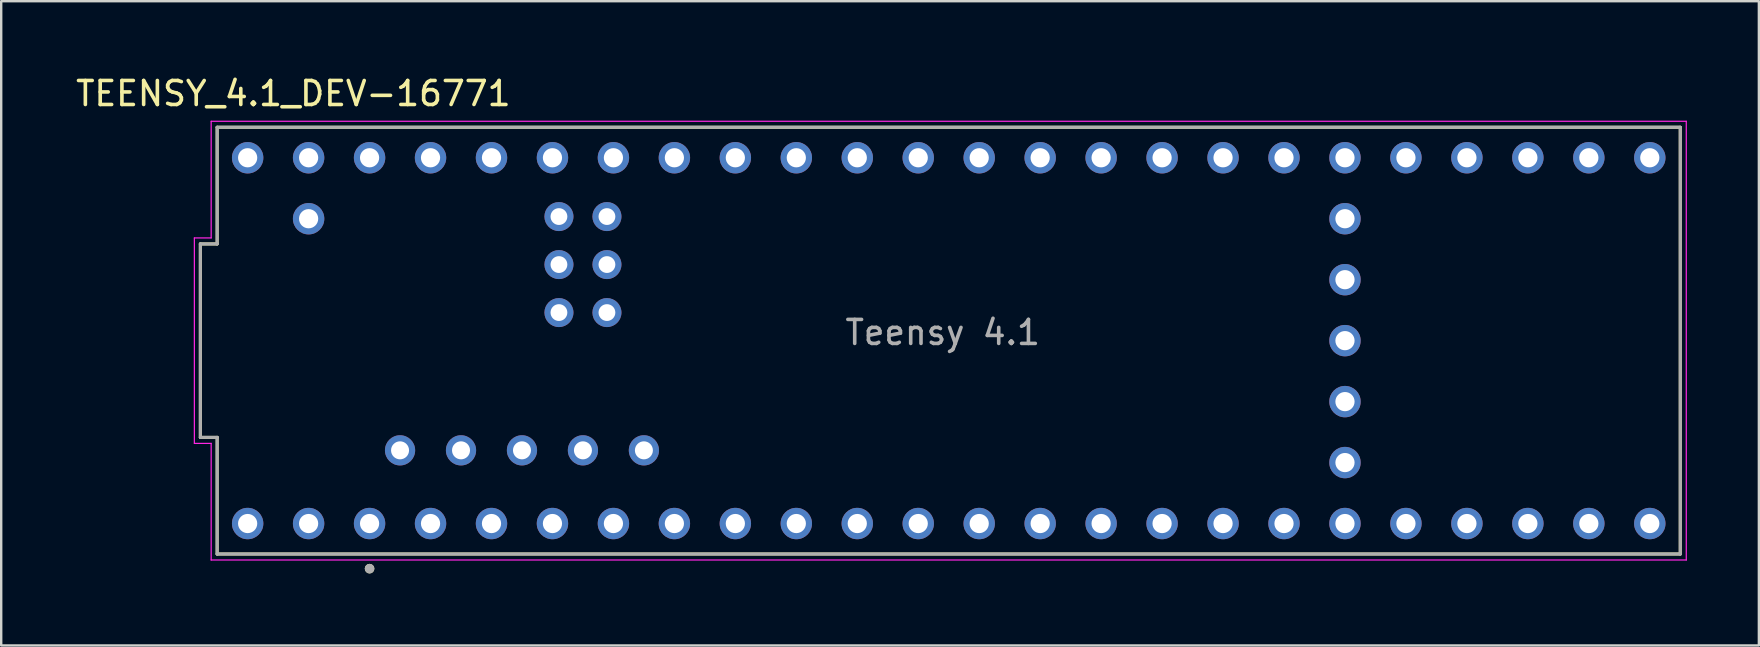
<source format=kicad_pcb>
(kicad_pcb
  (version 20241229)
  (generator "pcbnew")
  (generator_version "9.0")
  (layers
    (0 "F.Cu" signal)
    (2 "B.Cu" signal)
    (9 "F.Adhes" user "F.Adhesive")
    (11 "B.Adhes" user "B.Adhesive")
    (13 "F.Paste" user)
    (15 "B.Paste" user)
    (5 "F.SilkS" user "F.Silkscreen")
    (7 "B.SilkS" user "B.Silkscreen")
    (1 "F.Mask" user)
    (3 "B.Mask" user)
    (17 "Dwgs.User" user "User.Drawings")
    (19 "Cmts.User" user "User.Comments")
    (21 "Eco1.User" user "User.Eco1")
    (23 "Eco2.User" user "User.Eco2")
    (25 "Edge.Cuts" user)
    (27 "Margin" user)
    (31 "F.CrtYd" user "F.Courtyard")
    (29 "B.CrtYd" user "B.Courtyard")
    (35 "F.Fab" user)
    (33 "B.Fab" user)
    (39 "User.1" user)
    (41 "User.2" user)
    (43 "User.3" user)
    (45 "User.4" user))
  (footprint "TEENSY_4.1_DEV-16771"
    (layer "F.Cu")
    (at 36.478 11.143)
    (property "Reference" "TEENSY_4.1_DEV-16771" (at -27.305 -10.295 0) (layer "F.SilkS") (effects (font (size 1 1) (thickness 0.15))))
    (attr through_hole)
    (fp_line (start -31.18 4.03) (end -31.18 -4.03) (stroke (width 0.127) (type solid)) (layer "F.SilkS"))
    (fp_line (start -30.48 -8.89) (end -30.48 -4.03) (stroke (width 0.127) (type solid)) (layer "F.SilkS"))
    (fp_line (start -30.48 -8.89) (end 30.48 -8.89) (stroke (width 0.127) (type solid)) (layer "F.SilkS"))
    (fp_line (start -30.48 -4.03) (end -31.18 -4.03) (stroke (width 0.127) (type solid)) (layer "F.SilkS"))
    (fp_line (start -30.48 4.03) (end -31.18 4.03) (stroke (width 0.127) (type solid)) (layer "F.SilkS"))
    (fp_line (start -30.48 8.89) (end -30.48 4.03) (stroke (width 0.127) (type solid)) (layer "F.SilkS"))
    (fp_line (start 30.48 -8.89) (end 30.48 8.89) (stroke (width 0.127) (type solid)) (layer "F.SilkS"))
    (fp_line (start 30.48 8.89) (end -30.48 8.89) (stroke (width 0.127) (type solid)) (layer "F.SilkS"))
    (fp_circle (center -24.13 9.5) (end -24.03 9.5) (stroke (width 0.2) (type solid)) (fill no) (layer "F.SilkS"))
    (fp_line (start -31.43 4.28) (end -31.43 -4.28) (stroke (width 0.05) (type solid)) (layer "F.CrtYd"))
    (fp_line (start -30.73 -9.14) (end -30.73 -4.28) (stroke (width 0.05) (type solid)) (layer "F.CrtYd"))
    (fp_line (start -30.73 -9.14) (end 30.73 -9.14) (stroke (width 0.05) (type solid)) (layer "F.CrtYd"))
    (fp_line (start -30.73 -4.28) (end -31.43 -4.28) (stroke (width 0.05) (type solid)) (layer "F.CrtYd"))
    (fp_line (start -30.73 4.28) (end -31.43 4.28) (stroke (width 0.05) (type solid)) (layer "F.CrtYd"))
    (fp_line (start -30.73 9.14) (end -30.73 4.28) (stroke (width 0.05) (type solid)) (layer "F.CrtYd"))
    (fp_line (start 30.73 -9.14) (end 30.73 9.14) (stroke (width 0.05) (type solid)) (layer "F.CrtYd"))
    (fp_line (start 30.73 9.14) (end -30.73 9.14) (stroke (width 0.05) (type solid)) (layer "F.CrtYd"))
    (fp_line (start -31.18 4.03) (end -31.18 -4.03) (stroke (width 0.127) (type solid)) (layer "F.Fab"))
    (fp_line (start -30.48 -8.89) (end -30.48 -4.03) (stroke (width 0.127) (type solid)) (layer "F.Fab"))
    (fp_line (start -30.48 -8.89) (end 30.48 -8.89) (stroke (width 0.127) (type solid)) (layer "F.Fab"))
    (fp_line (start -30.48 -4.03) (end -31.18 -4.03) (stroke (width 0.127) (type solid)) (layer "F.Fab"))
    (fp_line (start -30.48 4.03) (end -31.18 4.03) (stroke (width 0.127) (type solid)) (layer "F.Fab"))
    (fp_line (start -30.48 8.89) (end -30.48 4.03) (stroke (width 0.127) (type solid)) (layer "F.Fab"))
    (fp_line (start 30.48 -8.89) (end 30.48 8.89) (stroke (width 0.127) (type solid)) (layer "F.Fab"))
    (fp_line (start 30.48 8.89) (end -30.48 8.89) (stroke (width 0.127) (type solid)) (layer "F.Fab"))
    (fp_circle (center -24.13 9.5) (end -24.03 9.5) (stroke (width 0.2) (type solid)) (fill no) (layer "F.Fab"))
    (fp_text user "Teensy 4.1" (at -0.25 -0.34 0) (layer "F.Fab") (effects (font (size 1 1) (thickness 0.15))))
    (pad "0" thru_hole circle (at -26.67 7.62) (size 1.308 1.308) (drill 0.8) (layers "*.Cu" "*.Mask"))
    (pad "1" thru_hole circle (at -24.13 7.62) (size 1.308 1.308) (drill 0.8) (layers "*.Cu" "*.Mask"))
    (pad "2" thru_hole circle (at -21.59 7.62) (size 1.308 1.308) (drill 0.8) (layers "*.Cu" "*.Mask"))
    (pad "3" thru_hole circle (at -19.05 7.62) (size 1.308 1.308) (drill 0.8) (layers "*.Cu" "*.Mask"))
    (pad "3.3V_1" thru_hole circle (at 6.35 7.62) (size 1.308 1.308) (drill 0.8) (layers "*.Cu" "*.Mask"))
    (pad "3.3V_2" thru_hole circle (at -24.13 -7.62) (size 1.308 1.308) (drill 0.8) (layers "*.Cu" "*.Mask"))
    (pad "3.3V_3" thru_hole circle (at 16.51 2.54) (size 1.308 1.308) (drill 0.8) (layers "*.Cu" "*.Mask"))
    (pad "4" thru_hole circle (at -16.51 7.62) (size 1.308 1.308) (drill 0.8) (layers "*.Cu" "*.Mask"))
    (pad "5" thru_hole circle (at -13.97 7.62) (size 1.308 1.308) (drill 0.8) (layers "*.Cu" "*.Mask"))
    (pad "5V" thru_hole circle (at -22.86 4.57) (size 1.258 1.258) (drill 0.75) (layers "*.Cu" "*.Mask"))
    (pad "6" thru_hole circle (at -11.43 7.62) (size 1.308 1.308) (drill 0.8) (layers "*.Cu" "*.Mask"))
    (pad "7" thru_hole circle (at -8.89 7.62) (size 1.308 1.308) (drill 0.8) (layers "*.Cu" "*.Mask"))
    (pad "8" thru_hole circle (at -6.35 7.62) (size 1.308 1.308) (drill 0.8) (layers "*.Cu" "*.Mask"))
    (pad "9" thru_hole circle (at -3.81 7.62) (size 1.308 1.308) (drill 0.8) (layers "*.Cu" "*.Mask"))
    (pad "10" thru_hole circle (at -1.27 7.62) (size 1.308 1.308) (drill 0.8) (layers "*.Cu" "*.Mask"))
    (pad "11" thru_hole circle (at 1.27 7.62) (size 1.308 1.308) (drill 0.8) (layers "*.Cu" "*.Mask"))
    (pad "12" thru_hole circle (at 3.81 7.62) (size 1.308 1.308) (drill 0.8) (layers "*.Cu" "*.Mask"))
    (pad "13" thru_hole circle (at 3.81 -7.62) (size 1.308 1.308) (drill 0.8) (layers "*.Cu" "*.Mask"))
    (pad "14" thru_hole circle (at 1.27 -7.62) (size 1.308 1.308) (drill 0.8) (layers "*.Cu" "*.Mask"))
    (pad "15" thru_hole circle (at -1.27 -7.62) (size 1.308 1.308) (drill 0.8) (layers "*.Cu" "*.Mask"))
    (pad "16" thru_hole circle (at -3.81 -7.62) (size 1.308 1.308) (drill 0.8) (layers "*.Cu" "*.Mask"))
    (pad "17" thru_hole circle (at -6.35 -7.62) (size 1.308 1.308) (drill 0.8) (layers "*.Cu" "*.Mask"))
    (pad "18" thru_hole circle (at -8.89 -7.62) (size 1.308 1.308) (drill 0.8) (layers "*.Cu" "*.Mask"))
    (pad "19" thru_hole circle (at -11.43 -7.62) (size 1.308 1.308) (drill 0.8) (layers "*.Cu" "*.Mask"))
    (pad "20" thru_hole circle (at -13.97 -7.62) (size 1.308 1.308) (drill 0.8) (layers "*.Cu" "*.Mask"))
    (pad "21" thru_hole circle (at -16.51 -7.62) (size 1.308 1.308) (drill 0.8) (layers "*.Cu" "*.Mask"))
    (pad "22" thru_hole circle (at -19.05 -7.62) (size 1.308 1.308) (drill 0.8) (layers "*.Cu" "*.Mask"))
    (pad "23" thru_hole circle (at -21.59 -7.62) (size 1.308 1.308) (drill 0.8) (layers "*.Cu" "*.Mask"))
    (pad "24" thru_hole circle (at 8.89 7.62) (size 1.308 1.308) (drill 0.8) (layers "*.Cu" "*.Mask"))
    (pad "25" thru_hole circle (at 11.43 7.62) (size 1.308 1.308) (drill 0.8) (layers "*.Cu" "*.Mask"))
    (pad "26" thru_hole circle (at 13.97 7.62) (size 1.308 1.308) (drill 0.8) (layers "*.Cu" "*.Mask"))
    (pad "27" thru_hole circle (at 16.51 7.62) (size 1.308 1.308) (drill 0.8) (layers "*.Cu" "*.Mask"))
    (pad "28" thru_hole circle (at 19.05 7.62) (size 1.308 1.308) (drill 0.8) (layers "*.Cu" "*.Mask"))
    (pad "29" thru_hole circle (at 21.59 7.62) (size 1.308 1.308) (drill 0.8) (layers "*.Cu" "*.Mask"))
    (pad "30" thru_hole circle (at 24.13 7.62) (size 1.308 1.308) (drill 0.8) (layers "*.Cu" "*.Mask"))
    (pad "31" thru_hole circle (at 26.67 7.62) (size 1.308 1.308) (drill 0.8) (layers "*.Cu" "*.Mask"))
    (pad "32" thru_hole circle (at 29.21 7.62) (size 1.308 1.308) (drill 0.8) (layers "*.Cu" "*.Mask"))
    (pad "33" thru_hole circle (at 29.21 -7.62) (size 1.308 1.308) (drill 0.8) (layers "*.Cu" "*.Mask"))
    (pad "34" thru_hole circle (at 26.67 -7.62) (size 1.308 1.308) (drill 0.8) (layers "*.Cu" "*.Mask"))
    (pad "35" thru_hole circle (at 24.13 -7.62) (size 1.308 1.308) (drill 0.8) (layers "*.Cu" "*.Mask"))
    (pad "36" thru_hole circle (at 21.59 -7.62) (size 1.308 1.308) (drill 0.8) (layers "*.Cu" "*.Mask"))
    (pad "37" thru_hole circle (at 19.05 -7.62) (size 1.308 1.308) (drill 0.8) (layers "*.Cu" "*.Mask"))
    (pad "38" thru_hole circle (at 16.51 -7.62) (size 1.308 1.308) (drill 0.8) (layers "*.Cu" "*.Mask"))
    (pad "39" thru_hole circle (at 13.97 -7.62) (size 1.308 1.308) (drill 0.8) (layers "*.Cu" "*.Mask"))
    (pad "40" thru_hole circle (at 11.43 -7.62) (size 1.308 1.308) (drill 0.8) (layers "*.Cu" "*.Mask"))
    (pad "41" thru_hole circle (at 8.89 -7.62) (size 1.308 1.308) (drill 0.8) (layers "*.Cu" "*.Mask"))
    (pad "D+" thru_hole circle (at -17.78 4.57) (size 1.258 1.258) (drill 0.75) (layers "*.Cu" "*.Mask"))
    (pad "D-" thru_hole circle (at -20.32 4.57) (size 1.258 1.258) (drill 0.75) (layers "*.Cu" "*.Mask"))
    (pad "GND1" thru_hole circle (at -29.21 7.62) (size 1.308 1.308) (drill 0.8) (layers "*.Cu" "*.Mask"))
    (pad "GND2" thru_hole circle (at 6.35 -7.62) (size 1.308 1.308) (drill 0.8) (layers "*.Cu" "*.Mask"))
    (pad "GND3" thru_hole circle (at -26.67 -7.62) (size 1.308 1.308) (drill 0.8) (layers "*.Cu" "*.Mask"))
    (pad "GND4" thru_hole circle (at 16.51 0) (size 1.308 1.308) (drill 0.8) (layers "*.Cu" "*.Mask"))
    (pad "GND5" thru_hole circle (at -14.24 -3.17) (size 1.208 1.208) (drill 0.7) (layers "*.Cu" "*.Mask"))
    (pad "LED" thru_hole circle (at -16.24 -3.17) (size 1.208 1.208) (drill 0.7) (layers "*.Cu" "*.Mask"))
    (pad "ON/OFF" thru_hole circle (at 16.51 -5.08) (size 1.308 1.308) (drill 0.8) (layers "*.Cu" "*.Mask"))
    (pad "PROGRAM" thru_hole circle (at 16.51 -2.54) (size 1.308 1.308) (drill 0.8) (layers "*.Cu" "*.Mask"))
    (pad "R+" thru_hole circle (at -16.24 -5.17) (size 1.208 1.208) (drill 0.7) (layers "*.Cu" "*.Mask"))
    (pad "R-" thru_hole circle (at -14.24 -5.17) (size 1.208 1.208) (drill 0.7) (layers "*.Cu" "*.Mask"))
    (pad "T+" thru_hole circle (at -14.24 -1.17) (size 1.208 1.208) (drill 0.7) (layers "*.Cu" "*.Mask"))
    (pad "T-" thru_hole circle (at -16.24 -1.17) (size 1.208 1.208) (drill 0.7) (layers "*.Cu" "*.Mask"))
    (pad "USB_GND1" thru_hole circle (at -15.24 4.57) (size 1.258 1.258) (drill 0.75) (layers "*.Cu" "*.Mask"))
    (pad "USB_GND2" thru_hole circle (at -12.7 4.57) (size 1.258 1.258) (drill 0.75) (layers "*.Cu" "*.Mask"))
    (pad "VBAT" thru_hole circle (at 16.51 5.08) (size 1.308 1.308) (drill 0.8) (layers "*.Cu" "*.Mask"))
    (pad "VIN" thru_hole circle (at -29.21 -7.62) (size 1.308 1.308) (drill 0.8) (layers "*.Cu" "*.Mask"))
    (pad "VUSB" thru_hole circle (at -26.67 -5.08) (size 1.308 1.308) (drill 0.8) (layers "*.Cu" "*.Mask")))
  (gr_rect
    (start -3 -3)
    (end 70.233 23.843)
    (stroke (width 0.1) (type default))
    (fill no)
    (layer "Edge.Cuts")))
</source>
